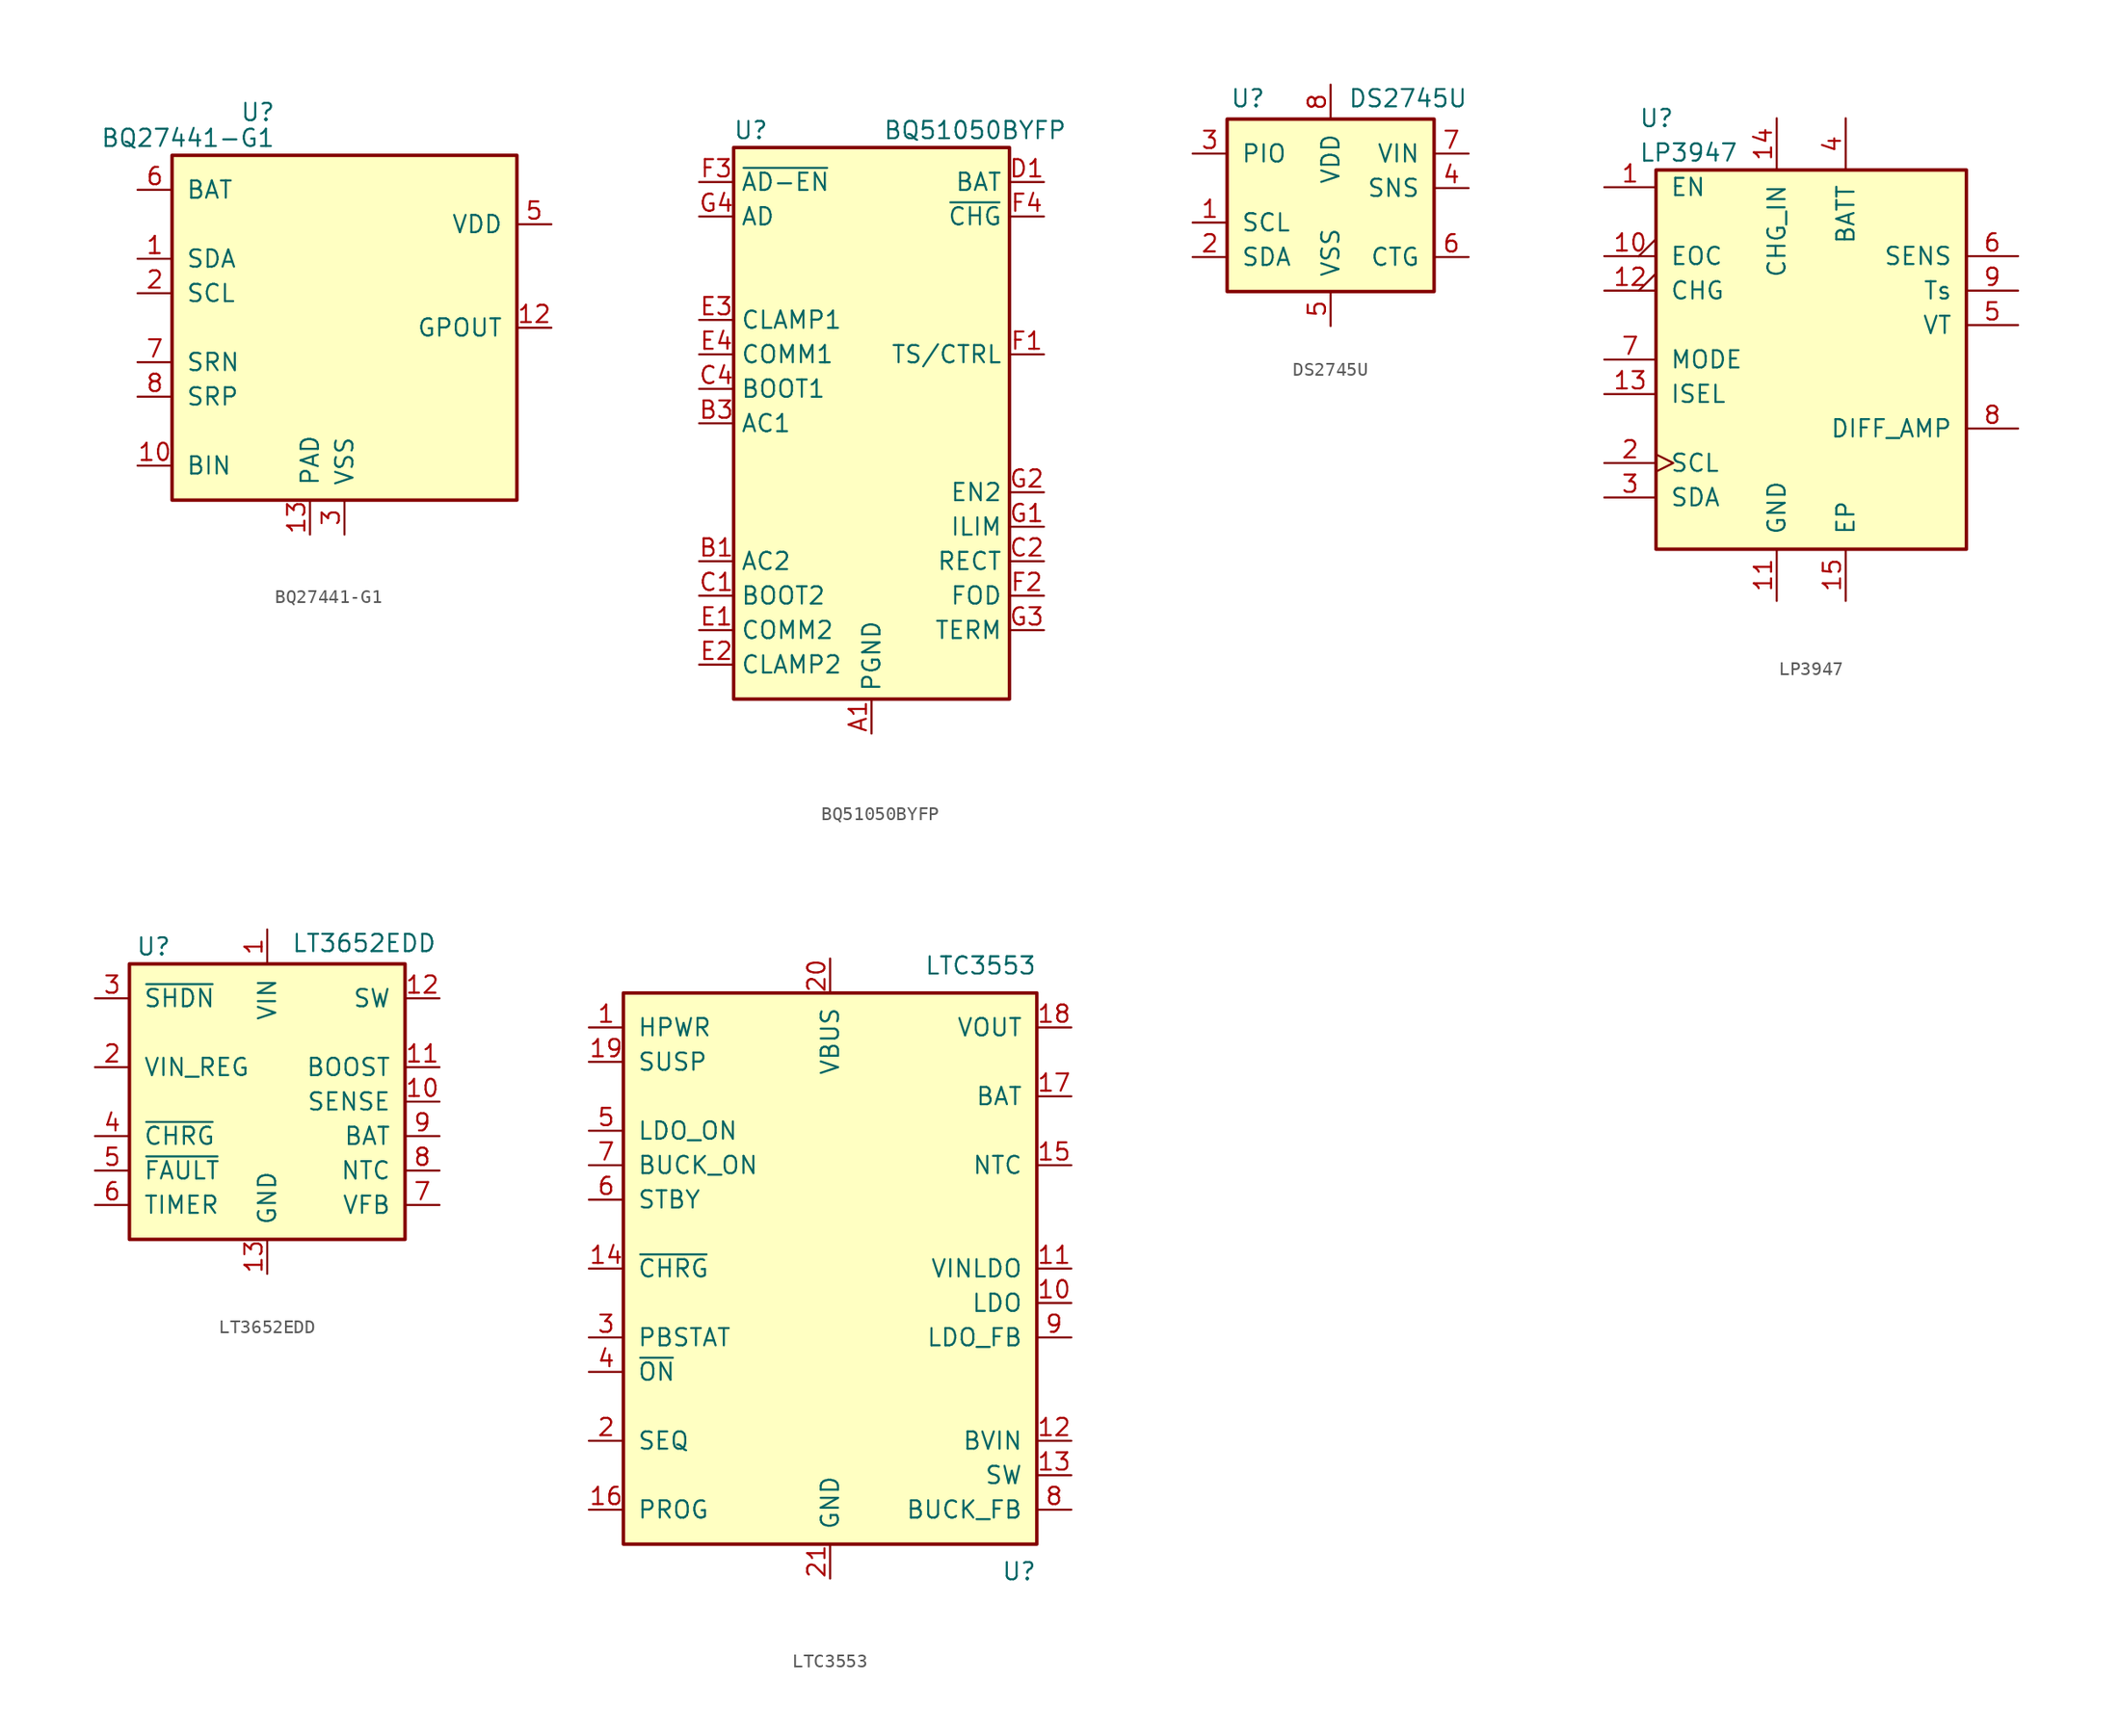
<source format=kicad_sym>
(kicad_symbol_lib
  (version 20201005)
  (generator kicad_symbol_editor)
  (symbol "BQ27441-G1"
    (pin_names
      (offset 1.016))
    (property "Reference" "U"
      (at -5.08 15.875 0)
      (effects (font (size 1.27 1.27)) (justify right)))
    (property "Value" "BQ27441-G1"
      (at -5.08 13.97 0)
      (effects (font (size 1.27 1.27)) (justify right)))
    (symbol "BQ27441-G1_0_1"
      (rectangle (start -12.7 12.7) (end 12.7 -12.7) (stroke (width 0.254)) (fill (type background))))
    (symbol "BQ27441-G1_1_1"
      (pin bidirectional line (at -15.24 5.08 0) (length 2.54) (name "SDA" (effects (font (size 1.27 1.27)))) (number "1" (effects (font (size 1.27 1.27)))))
      (pin input line (at -15.24 -10.16 0) (length 2.54) (name "BIN" (effects (font (size 1.27 1.27)))) (number "10" (effects (font (size 1.27 1.27)))))
      (pin no_connect line (at 10.16 -2.54 180) (length 2.54) hide (name "NC" (effects (font (size 1.27 1.27)))) (number "11" (effects (font (size 1.27 1.27)))))
      (pin output line (at 15.24 0 180) (length 2.54) (name "GPOUT" (effects (font (size 1.27 1.27)))) (number "12" (effects (font (size 1.27 1.27)))))
      (pin power_in line (at -2.54 -15.24 90) (length 2.54) (name "PAD" (effects (font (size 1.27 1.27)))) (number "13" (effects (font (size 1.27 1.27)))))
      (pin input line (at -15.24 2.54 0) (length 2.54) (name "SCL" (effects (font (size 1.27 1.27)))) (number "2" (effects (font (size 1.27 1.27)))))
      (pin power_in line (at 0 -15.24 90) (length 2.54) (name "VSS" (effects (font (size 1.27 1.27)))) (number "3" (effects (font (size 1.27 1.27)))))
      (pin no_connect line (at 10.16 -7.62 180) (length 2.54) hide (name "NC" (effects (font (size 1.27 1.27)))) (number "4" (effects (font (size 1.27 1.27)))))
      (pin power_out line (at 15.24 7.62 180) (length 2.54) (name "VDD" (effects (font (size 1.27 1.27)))) (number "5" (effects (font (size 1.27 1.27)))))
      (pin power_in line (at -15.24 10.16 0) (length 2.54) (name "BAT" (effects (font (size 1.27 1.27)))) (number "6" (effects (font (size 1.27 1.27)))))
      (pin input line (at -15.24 -2.54 0) (length 2.54) (name "SRN" (effects (font (size 1.27 1.27)))) (number "7" (effects (font (size 1.27 1.27)))))
      (pin input line (at -15.24 -5.08 0) (length 2.54) (name "SRP" (effects (font (size 1.27 1.27)))) (number "8" (effects (font (size 1.27 1.27)))))
      (pin no_connect line (at 10.16 -5.08 180) (length 2.54) hide (name "NC" (effects (font (size 1.27 1.27)))) (number "9" (effects (font (size 1.27 1.27)))))))
  (symbol "BQ51050BYFP"
    (property "Reference" "U"
      (at -8.89 21.59 0)
      (effects (font (size 1.27 1.27))))
    (property "Value" "BQ51050BYFP"
      (at 7.62 21.59 0)
      (effects (font (size 1.27 1.27))))
    (symbol "BQ51050BYFP_0_1"
      (rectangle (start -10.16 -20.32) (end 10.16 20.32) (stroke (width 0.254)) (fill (type background))))
    (symbol "BQ51050BYFP_1_1"
      (pin power_in line (at 0 -22.86 90) (length 2.54) (name "PGND" (effects (font (size 1.27 1.27)))) (number "A1" (effects (font (size 1.27 1.27)))))
      (pin passive line (at 0 -22.86 90) (length 2.54) hide (name "PGND" (effects (font (size 1.27 1.27)))) (number "A2" (effects (font (size 1.27 1.27)))))
      (pin passive line (at 0 -22.86 90) (length 2.54) hide (name "PGND" (effects (font (size 1.27 1.27)))) (number "A3" (effects (font (size 1.27 1.27)))))
      (pin passive line (at 0 -22.86 90) (length 2.54) hide (name "PGND" (effects (font (size 1.27 1.27)))) (number "A4" (effects (font (size 1.27 1.27)))))
      (pin input line (at -12.7 -10.16 0) (length 2.54) (name "AC2" (effects (font (size 1.27 1.27)))) (number "B1" (effects (font (size 1.27 1.27)))))
      (pin input line (at -12.7 -10.16 0) (length 2.54) hide (name "AC2" (effects (font (size 1.27 1.27)))) (number "B2" (effects (font (size 1.27 1.27)))))
      (pin input line (at -12.7 0 0) (length 2.54) (name "AC1" (effects (font (size 1.27 1.27)))) (number "B3" (effects (font (size 1.27 1.27)))))
      (pin input line (at -12.7 0 0) (length 2.54) hide (name "AC1" (effects (font (size 1.27 1.27)))) (number "B4" (effects (font (size 1.27 1.27)))))
      (pin passive line (at -12.7 -12.7 0) (length 2.54) (name "BOOT2" (effects (font (size 1.27 1.27)))) (number "C1" (effects (font (size 1.27 1.27)))))
      (pin passive line (at 12.7 -10.16 180) (length 2.54) (name "RECT" (effects (font (size 1.27 1.27)))) (number "C2" (effects (font (size 1.27 1.27)))))
      (pin passive line (at 12.7 -10.16 180) (length 2.54) hide (name "RECT" (effects (font (size 1.27 1.27)))) (number "C3" (effects (font (size 1.27 1.27)))))
      (pin passive line (at -12.7 2.54 0) (length 2.54) (name "BOOT1" (effects (font (size 1.27 1.27)))) (number "C4" (effects (font (size 1.27 1.27)))))
      (pin power_out line (at 12.7 17.78 180) (length 2.54) (name "BAT" (effects (font (size 1.27 1.27)))) (number "D1" (effects (font (size 1.27 1.27)))))
      (pin passive line (at 12.7 17.78 180) (length 2.54) hide (name "BAT" (effects (font (size 1.27 1.27)))) (number "D2" (effects (font (size 1.27 1.27)))))
      (pin passive line (at 12.7 17.78 180) (length 2.54) hide (name "BAT" (effects (font (size 1.27 1.27)))) (number "D3" (effects (font (size 1.27 1.27)))))
      (pin passive line (at 12.7 17.78 180) (length 2.54) hide (name "BAT" (effects (font (size 1.27 1.27)))) (number "D4" (effects (font (size 1.27 1.27)))))
      (pin open_collector line (at -12.7 -15.24 0) (length 2.54) (name "COMM2" (effects (font (size 1.27 1.27)))) (number "E1" (effects (font (size 1.27 1.27)))))
      (pin open_collector line (at -12.7 -17.78 0) (length 2.54) (name "CLAMP2" (effects (font (size 1.27 1.27)))) (number "E2" (effects (font (size 1.27 1.27)))))
      (pin open_collector line (at -12.7 7.62 0) (length 2.54) (name "CLAMP1" (effects (font (size 1.27 1.27)))) (number "E3" (effects (font (size 1.27 1.27)))))
      (pin open_collector line (at -12.7 5.08 0) (length 2.54) (name "COMM1" (effects (font (size 1.27 1.27)))) (number "E4" (effects (font (size 1.27 1.27)))))
      (pin input line (at 12.7 5.08 180) (length 2.54) (name "TS/CTRL" (effects (font (size 1.27 1.27)))) (number "F1" (effects (font (size 1.27 1.27)))))
      (pin input line (at 12.7 -12.7 180) (length 2.54) (name "FOD" (effects (font (size 1.27 1.27)))) (number "F2" (effects (font (size 1.27 1.27)))))
      (pin output line (at -12.7 17.78 0) (length 2.54) (name "~AD-EN" (effects (font (size 1.27 1.27)))) (number "F3" (effects (font (size 1.27 1.27)))))
      (pin open_collector line (at 12.7 15.24 180) (length 2.54) (name "~CHG" (effects (font (size 1.27 1.27)))) (number "F4" (effects (font (size 1.27 1.27)))))
      (pin passive line (at 12.7 -7.62 180) (length 2.54) (name "ILIM" (effects (font (size 1.27 1.27)))) (number "G1" (effects (font (size 1.27 1.27)))))
      (pin input line (at 12.7 -5.08 180) (length 2.54) (name "EN2" (effects (font (size 1.27 1.27)))) (number "G2" (effects (font (size 1.27 1.27)))))
      (pin input line (at 12.7 -15.24 180) (length 2.54) (name "TERM" (effects (font (size 1.27 1.27)))) (number "G3" (effects (font (size 1.27 1.27)))))
      (pin input line (at -12.7 15.24 0) (length 2.54) (name "AD" (effects (font (size 1.27 1.27)))) (number "G4" (effects (font (size 1.27 1.27)))))))
  (symbol "DS2745U"
    (pin_names
      (offset 1.016))
    (property "Reference" "U"
      (at -6.096 6.604 0)
      (effects (font (size 1.27 1.27))))
    (property "Value" "DS2745U"
      (at 1.27 6.604 0)
      (effects (font (size 1.27 1.27)) (justify left)))
    (symbol "DS2745U_0_1"
      (rectangle (start -7.62 5.08) (end 7.62 -7.62) (stroke (width 0.254)) (fill (type background))))
    (symbol "DS2745U_1_1"
      (pin input line (at -10.16 -2.54 0) (length 2.54) (name "SCL" (effects (font (size 1.27 1.27)))) (number "1" (effects (font (size 1.27 1.27)))))
      (pin bidirectional line (at -10.16 -5.08 0) (length 2.54) (name "SDA" (effects (font (size 1.27 1.27)))) (number "2" (effects (font (size 1.27 1.27)))))
      (pin open_collector line (at -10.16 2.54 0) (length 2.54) (name "PIO" (effects (font (size 1.27 1.27)))) (number "3" (effects (font (size 1.27 1.27)))))
      (pin input line (at 10.16 0 180) (length 2.54) (name "SNS" (effects (font (size 1.27 1.27)))) (number "4" (effects (font (size 1.27 1.27)))))
      (pin power_in line (at 0 -10.16 90) (length 2.54) (name "VSS" (effects (font (size 1.27 1.27)))) (number "5" (effects (font (size 1.27 1.27)))))
      (pin input line (at 10.16 -5.08 180) (length 2.54) (name "CTG" (effects (font (size 1.27 1.27)))) (number "6" (effects (font (size 1.27 1.27)))))
      (pin input line (at 10.16 2.54 180) (length 2.54) (name "VIN" (effects (font (size 1.27 1.27)))) (number "7" (effects (font (size 1.27 1.27)))))
      (pin power_in line (at 0 7.62 270) (length 2.54) (name "VDD" (effects (font (size 1.27 1.27)))) (number "8" (effects (font (size 1.27 1.27)))))))
  (symbol "LP3947"
    (pin_names
      (offset 1.016))
    (property "Reference" "U"
      (at -12.7 17.78 0)
      (effects (font (size 1.27 1.27)) (justify left)))
    (property "Value" "LP3947"
      (at -12.7 15.24 0)
      (effects (font (size 1.27 1.27)) (justify left)))
    (symbol "LP3947_0_1"
      (rectangle (start -11.43 13.97) (end 11.43 -13.97) (stroke (width 0.254)) (fill (type background))))
    (symbol "LP3947_1_1"
      (pin input line (at -15.24 12.7 0) (length 3.81) (name "EN" (effects (font (size 1.27 1.27)))) (number "1" (effects (font (size 1.27 1.27)))))
      (pin open_collector output_low (at -15.24 7.62 0) (length 3.81) (name "EOC" (effects (font (size 1.27 1.27)))) (number "10" (effects (font (size 1.27 1.27)))))
      (pin power_in line (at -2.54 -17.78 90) (length 3.81) (name "GND" (effects (font (size 1.27 1.27)))) (number "11" (effects (font (size 1.27 1.27)))))
      (pin open_collector output_low (at -15.24 5.08 0) (length 3.81) (name "CHG" (effects (font (size 1.27 1.27)))) (number "12" (effects (font (size 1.27 1.27)))))
      (pin input line (at -15.24 -2.54 0) (length 3.81) (name "ISEL" (effects (font (size 1.27 1.27)))) (number "13" (effects (font (size 1.27 1.27)))))
      (pin power_in line (at -2.54 17.78 270) (length 3.81) (name "CHG_IN" (effects (font (size 1.27 1.27)))) (number "14" (effects (font (size 1.27 1.27)))))
      (pin power_in line (at 2.54 -17.78 90) (length 3.81) (name "EP" (effects (font (size 1.27 1.27)))) (number "15" (effects (font (size 1.27 1.27)))))
      (pin input clock (at -15.24 -7.62 0) (length 3.81) (name "SCL" (effects (font (size 1.27 1.27)))) (number "2" (effects (font (size 1.27 1.27)))))
      (pin bidirectional line (at -15.24 -10.16 0) (length 3.81) (name "SDA" (effects (font (size 1.27 1.27)))) (number "3" (effects (font (size 1.27 1.27)))))
      (pin power_out line (at 2.54 17.78 270) (length 3.81) (name "BATT" (effects (font (size 1.27 1.27)))) (number "4" (effects (font (size 1.27 1.27)))))
      (pin power_out line (at 15.24 2.54 180) (length 3.81) (name "VT" (effects (font (size 1.27 1.27)))) (number "5" (effects (font (size 1.27 1.27)))))
      (pin input line (at 15.24 7.62 180) (length 3.81) (name "SENS" (effects (font (size 1.27 1.27)))) (number "6" (effects (font (size 1.27 1.27)))))
      (pin input line (at -15.24 0 0) (length 3.81) (name "MODE" (effects (font (size 1.27 1.27)))) (number "7" (effects (font (size 1.27 1.27)))))
      (pin output line (at 15.24 -5.08 180) (length 3.81) (name "DIFF_AMP" (effects (font (size 1.27 1.27)))) (number "8" (effects (font (size 1.27 1.27)))))
      (pin input line (at 15.24 5.08 180) (length 3.81) (name "Ts" (effects (font (size 1.27 1.27)))) (number "9" (effects (font (size 1.27 1.27)))))))
  (symbol "LT3652EDD"
    (pin_names
      (offset 1.016))
    (property "Reference" "U"
      (at -8.382 11.43 0)
      (effects (font (size 1.27 1.27))))
    (property "Value" "LT3652EDD"
      (at 1.778 11.684 0)
      (effects (font (size 1.27 1.27)) (justify left)))
    (symbol "LT3652EDD_0_1"
      (rectangle (start -10.16 10.16) (end 10.16 -10.16) (stroke (width 0.254)) (fill (type background))))
    (symbol "LT3652EDD_1_1"
      (pin power_in line (at 0 12.7 270) (length 2.54) (name "VIN" (effects (font (size 1.27 1.27)))) (number "1" (effects (font (size 1.27 1.27)))))
      (pin input line (at 12.7 0 180) (length 2.54) (name "SENSE" (effects (font (size 1.27 1.27)))) (number "10" (effects (font (size 1.27 1.27)))))
      (pin input line (at 12.7 2.54 180) (length 2.54) (name "BOOST" (effects (font (size 1.27 1.27)))) (number "11" (effects (font (size 1.27 1.27)))))
      (pin output line (at 12.7 7.62 180) (length 2.54) (name "SW" (effects (font (size 1.27 1.27)))) (number "12" (effects (font (size 1.27 1.27)))))
      (pin power_in line (at 0 -12.7 90) (length 2.54) (name "GND" (effects (font (size 1.27 1.27)))) (number "13" (effects (font (size 1.27 1.27)))))
      (pin input line (at -12.7 2.54 0) (length 2.54) (name "VIN_REG" (effects (font (size 1.27 1.27)))) (number "2" (effects (font (size 1.27 1.27)))))
      (pin input line (at -12.7 7.62 0) (length 2.54) (name "~SHDN" (effects (font (size 1.27 1.27)))) (number "3" (effects (font (size 1.27 1.27)))))
      (pin open_collector line (at -12.7 -2.54 0) (length 2.54) (name "~CHRG" (effects (font (size 1.27 1.27)))) (number "4" (effects (font (size 1.27 1.27)))))
      (pin open_collector line (at -12.7 -5.08 0) (length 2.54) (name "~FAULT" (effects (font (size 1.27 1.27)))) (number "5" (effects (font (size 1.27 1.27)))))
      (pin output line (at -12.7 -7.62 0) (length 2.54) (name "TIMER" (effects (font (size 1.27 1.27)))) (number "6" (effects (font (size 1.27 1.27)))))
      (pin input line (at 12.7 -7.62 180) (length 2.54) (name "VFB" (effects (font (size 1.27 1.27)))) (number "7" (effects (font (size 1.27 1.27)))))
      (pin input line (at 12.7 -5.08 180) (length 2.54) (name "NTC" (effects (font (size 1.27 1.27)))) (number "8" (effects (font (size 1.27 1.27)))))
      (pin output line (at 12.7 -2.54 180) (length 2.54) (name "BAT" (effects (font (size 1.27 1.27)))) (number "9" (effects (font (size 1.27 1.27)))))))
  (symbol "LTC3553"
    (pin_names
      (offset 1.016))
    (property "Reference" "U"
      (at 15.24 -21.59 0)
      (effects (font (size 1.27 1.27)) (justify right top)))
    (property "Value" "LTC3553"
      (at 15.24 21.59 0)
      (effects (font (size 1.27 1.27)) (justify right bottom)))
    (symbol "LTC3553_0_1"
      (rectangle (start -15.24 20.32) (end 15.24 -20.32) (stroke (width 0.254)) (fill (type background))))
    (symbol "LTC3553_1_1"
      (pin input line (at -17.78 17.78 0) (length 2.54) (name "HPWR" (effects (font (size 1.27 1.27)))) (number "1" (effects (font (size 1.27 1.27)))))
      (pin power_out line (at 17.78 -2.54 180) (length 2.54) (name "LDO" (effects (font (size 1.27 1.27)))) (number "10" (effects (font (size 1.27 1.27)))))
      (pin power_in line (at 17.78 0 180) (length 2.54) (name "VINLDO" (effects (font (size 1.27 1.27)))) (number "11" (effects (font (size 1.27 1.27)))))
      (pin power_in line (at 17.78 -12.7 180) (length 2.54) (name "BVIN" (effects (font (size 1.27 1.27)))) (number "12" (effects (font (size 1.27 1.27)))))
      (pin power_out line (at 17.78 -15.24 180) (length 2.54) (name "SW" (effects (font (size 1.27 1.27)))) (number "13" (effects (font (size 1.27 1.27)))))
      (pin open_collector line (at -17.78 0 0) (length 2.54) (name "~CHRG~" (effects (font (size 1.27 1.27)))) (number "14" (effects (font (size 1.27 1.27)))))
      (pin passive line (at 17.78 7.62 180) (length 2.54) (name "NTC" (effects (font (size 1.27 1.27)))) (number "15" (effects (font (size 1.27 1.27)))))
      (pin passive line (at -17.78 -17.78 0) (length 2.54) (name "PROG" (effects (font (size 1.27 1.27)))) (number "16" (effects (font (size 1.27 1.27)))))
      (pin power_out line (at 17.78 12.7 180) (length 2.54) (name "BAT" (effects (font (size 1.27 1.27)))) (number "17" (effects (font (size 1.27 1.27)))))
      (pin power_out line (at 17.78 17.78 180) (length 2.54) (name "VOUT" (effects (font (size 1.27 1.27)))) (number "18" (effects (font (size 1.27 1.27)))))
      (pin input line (at -17.78 15.24 0) (length 2.54) (name "SUSP" (effects (font (size 1.27 1.27)))) (number "19" (effects (font (size 1.27 1.27)))))
      (pin input line (at -17.78 -12.7 0) (length 2.54) (name "SEQ" (effects (font (size 1.27 1.27)))) (number "2" (effects (font (size 1.27 1.27)))))
      (pin power_in line (at 0 22.86 270) (length 2.54) (name "VBUS" (effects (font (size 1.27 1.27)))) (number "20" (effects (font (size 1.27 1.27)))))
      (pin power_in line (at 0 -22.86 90) (length 2.54) (name "GND" (effects (font (size 1.27 1.27)))) (number "21" (effects (font (size 1.27 1.27)))))
      (pin output line (at -17.78 -5.08 0) (length 2.54) (name "PBSTAT" (effects (font (size 1.27 1.27)))) (number "3" (effects (font (size 1.27 1.27)))))
      (pin input line (at -17.78 -7.62 0) (length 2.54) (name "~ON~" (effects (font (size 1.27 1.27)))) (number "4" (effects (font (size 1.27 1.27)))))
      (pin input line (at -17.78 10.16 0) (length 2.54) (name "LDO_ON" (effects (font (size 1.27 1.27)))) (number "5" (effects (font (size 1.27 1.27)))))
      (pin input line (at -17.78 5.08 0) (length 2.54) (name "STBY" (effects (font (size 1.27 1.27)))) (number "6" (effects (font (size 1.27 1.27)))))
      (pin input line (at -17.78 7.62 0) (length 2.54) (name "BUCK_ON" (effects (font (size 1.27 1.27)))) (number "7" (effects (font (size 1.27 1.27)))))
      (pin input line (at 17.78 -17.78 180) (length 2.54) (name "BUCK_FB" (effects (font (size 1.27 1.27)))) (number "8" (effects (font (size 1.27 1.27)))))
      (pin input line (at 17.78 -5.08 180) (length 2.54) (name "LDO_FB" (effects (font (size 1.27 1.27)))) (number "9" (effects (font (size 1.27 1.27))))))))
</source>
